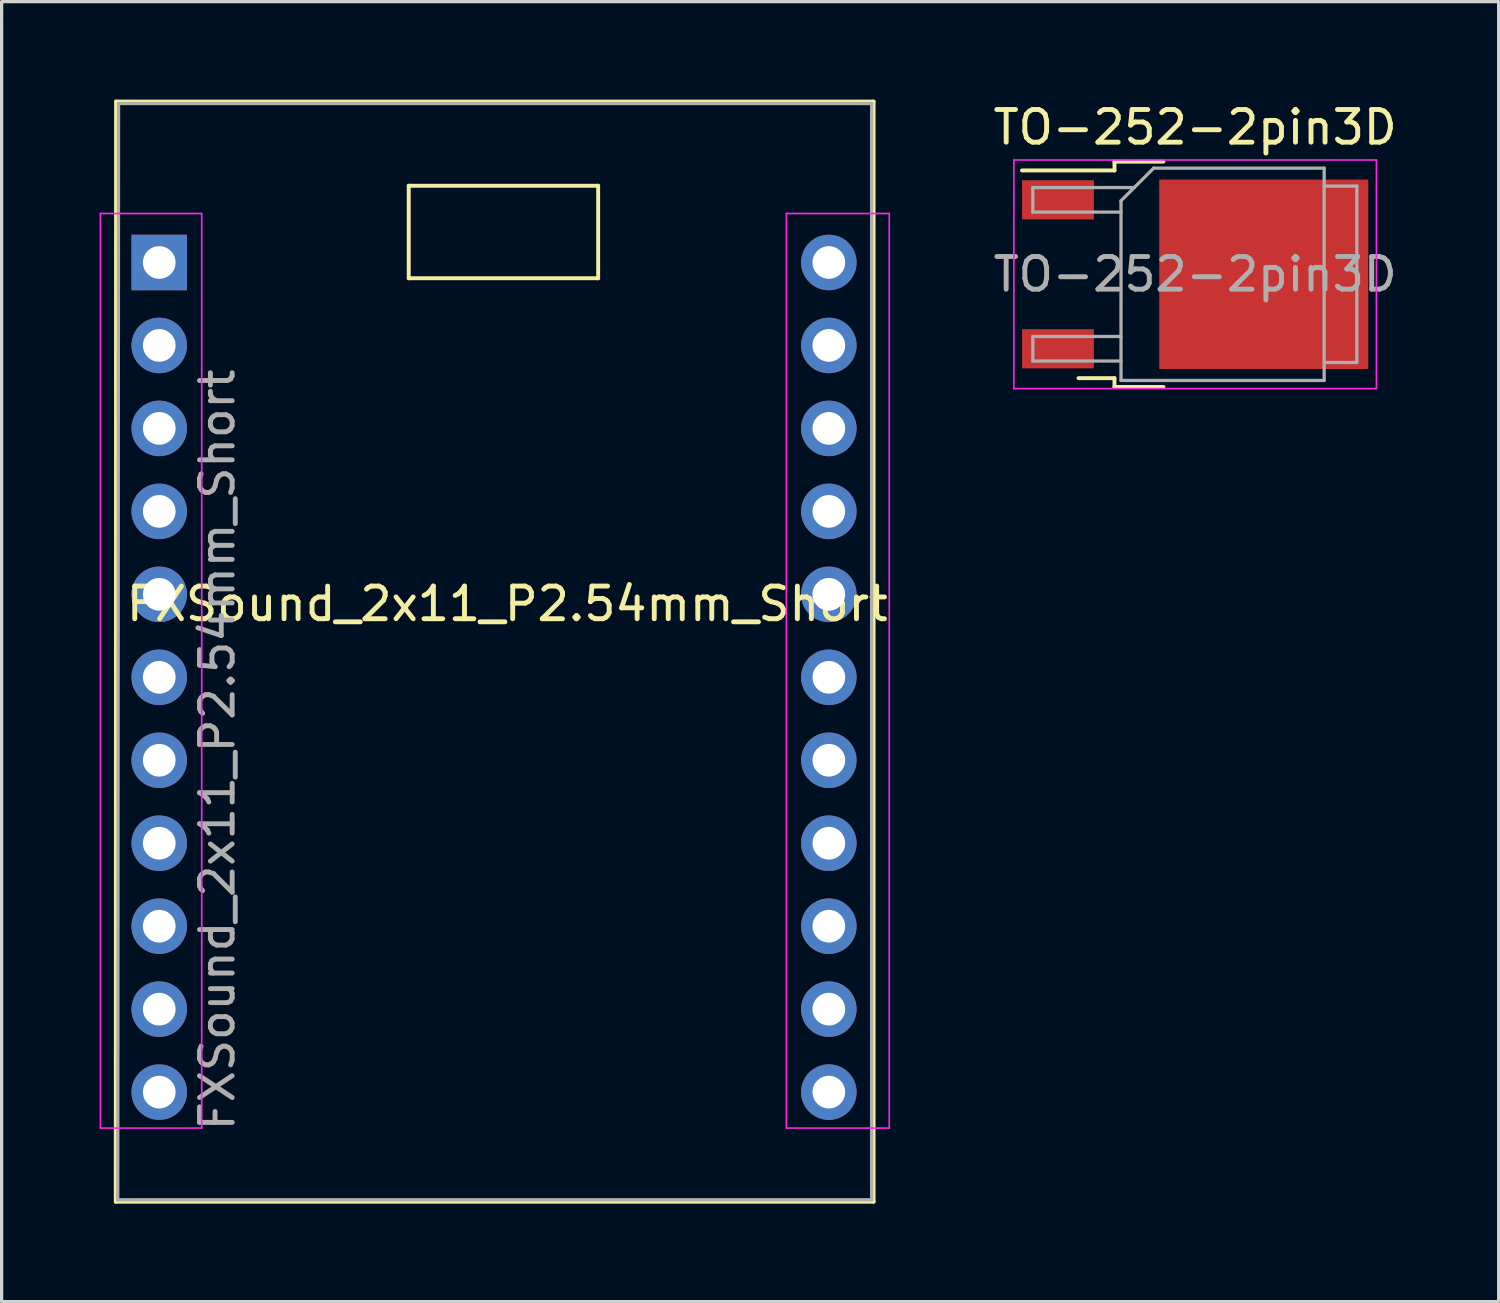
<source format=kicad_pcb>
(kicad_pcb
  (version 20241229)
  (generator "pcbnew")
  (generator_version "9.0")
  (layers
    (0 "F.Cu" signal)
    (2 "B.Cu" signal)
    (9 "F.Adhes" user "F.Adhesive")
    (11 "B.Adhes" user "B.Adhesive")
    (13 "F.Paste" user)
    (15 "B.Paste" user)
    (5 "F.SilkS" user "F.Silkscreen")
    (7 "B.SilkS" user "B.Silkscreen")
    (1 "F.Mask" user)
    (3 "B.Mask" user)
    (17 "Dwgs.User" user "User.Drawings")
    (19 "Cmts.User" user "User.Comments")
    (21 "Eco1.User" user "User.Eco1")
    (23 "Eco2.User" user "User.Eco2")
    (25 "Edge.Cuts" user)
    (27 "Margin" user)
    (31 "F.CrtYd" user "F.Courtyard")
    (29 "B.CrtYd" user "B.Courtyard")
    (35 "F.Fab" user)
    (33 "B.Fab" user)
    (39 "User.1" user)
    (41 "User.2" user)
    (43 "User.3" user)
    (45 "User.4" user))
  (footprint "TO-252-2pin3D"
    (layer "F.Cu")
    (at 33.54 5.348)
    (property "Reference" "TO-252-2pin3D" (at 0 -4.5 0) (layer "F.SilkS") (effects (font (size 1 1) (thickness 0.15))))
    (attr smd)
    (fp_line (start -2.47 -3.45) (end -2.47 -3.18) (stroke (width 0.12) (type solid)) (layer "F.SilkS"))
    (fp_line (start -2.47 -3.18) (end -5.3 -3.18) (stroke (width 0.12) (type solid)) (layer "F.SilkS"))
    (fp_line (start -2.47 3.18) (end -3.57 3.18) (stroke (width 0.12) (type solid)) (layer "F.SilkS"))
    (fp_line (start -2.47 3.45) (end -2.47 3.18) (stroke (width 0.12) (type solid)) (layer "F.SilkS"))
    (fp_line (start -0.97 -3.45) (end -2.47 -3.45) (stroke (width 0.12) (type solid)) (layer "F.SilkS"))
    (fp_line (start -0.97 3.45) (end -2.47 3.45) (stroke (width 0.12) (type solid)) (layer "F.SilkS"))
    (fp_line (start -5.55 -3.5) (end -5.55 3.5) (stroke (width 0.05) (type solid)) (layer "F.CrtYd"))
    (fp_line (start -5.55 3.5) (end 5.55 3.5) (stroke (width 0.05) (type solid)) (layer "F.CrtYd"))
    (fp_line (start 5.55 -3.5) (end -5.55 -3.5) (stroke (width 0.05) (type solid)) (layer "F.CrtYd"))
    (fp_line (start 5.55 3.5) (end 5.55 -3.5) (stroke (width 0.05) (type solid)) (layer "F.CrtYd"))
    (fp_line (start -4.97 -2.655) (end -4.97 -1.905) (stroke (width 0.1) (type solid)) (layer "F.Fab"))
    (fp_line (start -4.97 -1.905) (end -2.27 -1.905) (stroke (width 0.1) (type solid)) (layer "F.Fab"))
    (fp_line (start -4.97 1.905) (end -4.97 2.655) (stroke (width 0.1) (type solid)) (layer "F.Fab"))
    (fp_line (start -4.97 2.655) (end -2.27 2.655) (stroke (width 0.1) (type solid)) (layer "F.Fab"))
    (fp_line (start -2.27 -2.25) (end -1.27 -3.25) (stroke (width 0.1) (type solid)) (layer "F.Fab"))
    (fp_line (start -2.27 1.905) (end -4.97 1.905) (stroke (width 0.1) (type solid)) (layer "F.Fab"))
    (fp_line (start -2.27 3.25) (end -2.27 -2.25) (stroke (width 0.1) (type solid)) (layer "F.Fab"))
    (fp_line (start -1.865 -2.655) (end -4.97 -2.655) (stroke (width 0.1) (type solid)) (layer "F.Fab"))
    (fp_line (start -1.27 -3.25) (end 3.95 -3.25) (stroke (width 0.1) (type solid)) (layer "F.Fab"))
    (fp_line (start 3.95 -3.25) (end 3.95 3.25) (stroke (width 0.1) (type solid)) (layer "F.Fab"))
    (fp_line (start 3.95 -2.7) (end 4.95 -2.7) (stroke (width 0.1) (type solid)) (layer "F.Fab"))
    (fp_line (start 3.95 3.25) (end -2.27 3.25) (stroke (width 0.1) (type solid)) (layer "F.Fab"))
    (fp_line (start 4.95 -2.7) (end 4.95 2.7) (stroke (width 0.1) (type solid)) (layer "F.Fab"))
    (fp_line (start 4.95 2.7) (end 3.95 2.7) (stroke (width 0.1) (type solid)) (layer "F.Fab"))
    (fp_text user "${REFERENCE}" (at 0 0 0) (layer "F.Fab") (effects (font (size 1 1) (thickness 0.15))))
    (pad "" smd rect (at 0.425 -1.525) (size 3.05 2.75) (layers "F.Paste"))
    (pad "" smd rect (at 0.425 1.525) (size 3.05 2.75) (layers "F.Paste"))
    (pad "" smd rect (at 3.775 -1.525) (size 3.05 2.75) (layers "F.Paste"))
    (pad "" smd rect (at 3.775 1.525) (size 3.05 2.75) (layers "F.Paste"))
    (pad "1" smd rect (at -4.2 -2.28) (size 2.2 1.2) (layers "F.Cu" "F.Mask" "F.Paste"))
    (pad "2" smd rect (at -4.2 2.28) (size 2.2 1.2) (layers "F.Cu" "F.Mask" "F.Paste"))
    (pad "3" smd rect (at 2.1 0) (size 6.4 5.8) (layers "F.Cu" "F.Mask")))
  (footprint "FXSound_2x11_P2.54mm_Short"
    (layer "F.Cu")
    (at 1.825 4.986)
    (property "Reference" "FXSound_2x11_P2.54mm_Short" (at 10.655 10.452 0) (layer "F.SilkS") (effects (font (size 1 1) (thickness 0.15))))
    (attr through_hole)
    (fp_line (start -1.33 28.755) (end 21.87 28.755) (stroke (width 0.12) (type solid)) (layer "F.SilkS"))
    (fp_line (start -1.321 -4.926) (end -1.33 28.755) (stroke (width 0.12) (type solid)) (layer "F.SilkS"))
    (fp_line (start -1.321 -4.926) (end 21.87 -4.926) (stroke (width 0.12) (type solid)) (layer "F.SilkS"))
    (fp_line (start 7.638 -2.349) (end 13.438 -2.349) (stroke (width 0.12) (type solid)) (layer "F.SilkS"))
    (fp_line (start 7.638 0.483) (end 7.638 -2.349) (stroke (width 0.12) (type solid)) (layer "F.SilkS"))
    (fp_line (start 13.438 -2.349) (end 13.438 0.483) (stroke (width 0.12) (type solid)) (layer "F.SilkS"))
    (fp_line (start 13.438 0.483) (end 7.638 0.483) (stroke (width 0.12) (type solid)) (layer "F.SilkS"))
    (fp_line (start 21.87 -4.926) (end 21.87 28.755) (stroke (width 0.12) (type solid)) (layer "F.SilkS"))
    (fp_line (start -1.8 -1.5) (end -1.8 26.5) (stroke (width 0.05) (type solid)) (layer "F.CrtYd"))
    (fp_line (start -1.8 -1.5) (end 1.3 -1.5) (stroke (width 0.05) (type solid)) (layer "F.CrtYd"))
    (fp_line (start -1.8 26.5) (end 1.3 26.5) (stroke (width 0.05) (type solid)) (layer "F.CrtYd"))
    (fp_line (start 1.3 -1.5) (end 1.3 26.5) (stroke (width 0.05) (type solid)) (layer "F.CrtYd"))
    (fp_line (start 19.2 -1.5) (end 19.2 26.5) (stroke (width 0.05) (type solid)) (layer "F.CrtYd"))
    (fp_line (start 19.2 -1.5) (end 22.35 -1.5) (stroke (width 0.05) (type solid)) (layer "F.CrtYd"))
    (fp_line (start 19.2 26.5) (end 22.35 26.5) (stroke (width 0.05) (type solid)) (layer "F.CrtYd"))
    (fp_line (start 22.35 26.5) (end 22.35 -1.5) (stroke (width 0.05) (type solid)) (layer "F.CrtYd"))
    (fp_line (start -1.27 28.695) (end -1.245 -4.865) (stroke (width 0.1) (type solid)) (layer "F.Fab"))
    (fp_line (start -1.245 -4.865) (end 21.81 -4.865) (stroke (width 0.1) (type solid)) (layer "F.Fab"))
    (fp_line (start 21.81 -4.865) (end 21.81 28.695) (stroke (width 0.1) (type solid)) (layer "F.Fab"))
    (fp_line (start 21.81 28.695) (end -1.27 28.695) (stroke (width 0.1) (type solid)) (layer "F.Fab"))
    (fp_text user "${REFERENCE}" (at 1.778 14.922 90) (layer "F.Fab") (effects (font (size 1 1) (thickness 0.15))))
    (pad "1" thru_hole rect (at 0 0) (size 1.7 1.7) (drill 1) (layers "*.Cu" "*.Mask"))
    (pad "2" thru_hole oval (at 20.5 0) (size 1.7 1.7) (drill 1) (layers "*.Cu" "*.Mask"))
    (pad "3" thru_hole oval (at 0 2.54) (size 1.7 1.7) (drill 1) (layers "*.Cu" "*.Mask"))
    (pad "4" thru_hole oval (at 20.5 2.54) (size 1.7 1.7) (drill 1) (layers "*.Cu" "*.Mask"))
    (pad "5" thru_hole oval (at 0 5.08) (size 1.7 1.7) (drill 1) (layers "*.Cu" "*.Mask"))
    (pad "6" thru_hole oval (at 20.5 5.08) (size 1.7 1.7) (drill 1) (layers "*.Cu" "*.Mask"))
    (pad "7" thru_hole oval (at 0 7.62) (size 1.7 1.7) (drill 1) (layers "*.Cu" "*.Mask"))
    (pad "8" thru_hole oval (at 20.5 7.62) (size 1.7 1.7) (drill 1) (layers "*.Cu" "*.Mask"))
    (pad "9" thru_hole oval (at 0 10.16) (size 1.7 1.7) (drill 1) (layers "*.Cu" "*.Mask"))
    (pad "10" thru_hole oval (at 20.5 10.16) (size 1.7 1.7) (drill 1) (layers "*.Cu" "*.Mask"))
    (pad "11" thru_hole oval (at 0 12.7) (size 1.7 1.7) (drill 1) (layers "*.Cu" "*.Mask"))
    (pad "12" thru_hole oval (at 20.5 12.7) (size 1.7 1.7) (drill 1) (layers "*.Cu" "*.Mask"))
    (pad "13" thru_hole oval (at 0 15.24) (size 1.7 1.7) (drill 1) (layers "*.Cu" "*.Mask"))
    (pad "14" thru_hole oval (at 20.5 15.24) (size 1.7 1.7) (drill 1) (layers "*.Cu" "*.Mask"))
    (pad "15" thru_hole oval (at 0 17.78) (size 1.7 1.7) (drill 1) (layers "*.Cu" "*.Mask"))
    (pad "16" thru_hole oval (at 20.5 17.78) (size 1.7 1.7) (drill 1) (layers "*.Cu" "*.Mask"))
    (pad "17" thru_hole oval (at 0 20.32) (size 1.7 1.7) (drill 1) (layers "*.Cu" "*.Mask"))
    (pad "18" thru_hole oval (at 20.5 20.32) (size 1.7 1.7) (drill 1) (layers "*.Cu" "*.Mask"))
    (pad "19" thru_hole oval (at 0 22.86) (size 1.7 1.7) (drill 1) (layers "*.Cu" "*.Mask"))
    (pad "20" thru_hole oval (at 20.5 22.86) (size 1.7 1.7) (drill 1) (layers "*.Cu" "*.Mask"))
    (pad "21" thru_hole oval (at 0 25.4) (size 1.7 1.7) (drill 1) (layers "*.Cu" "*.Mask"))
    (pad "22" thru_hole oval (at 20.5 25.4) (size 1.7 1.7) (drill 1) (layers "*.Cu" "*.Mask")))
  (gr_rect
    (start -3 -3)
    (end 42.831 36.8)
    (stroke (width 0.1) (type default))
    (fill no)
    (layer "Edge.Cuts")))
</source>
